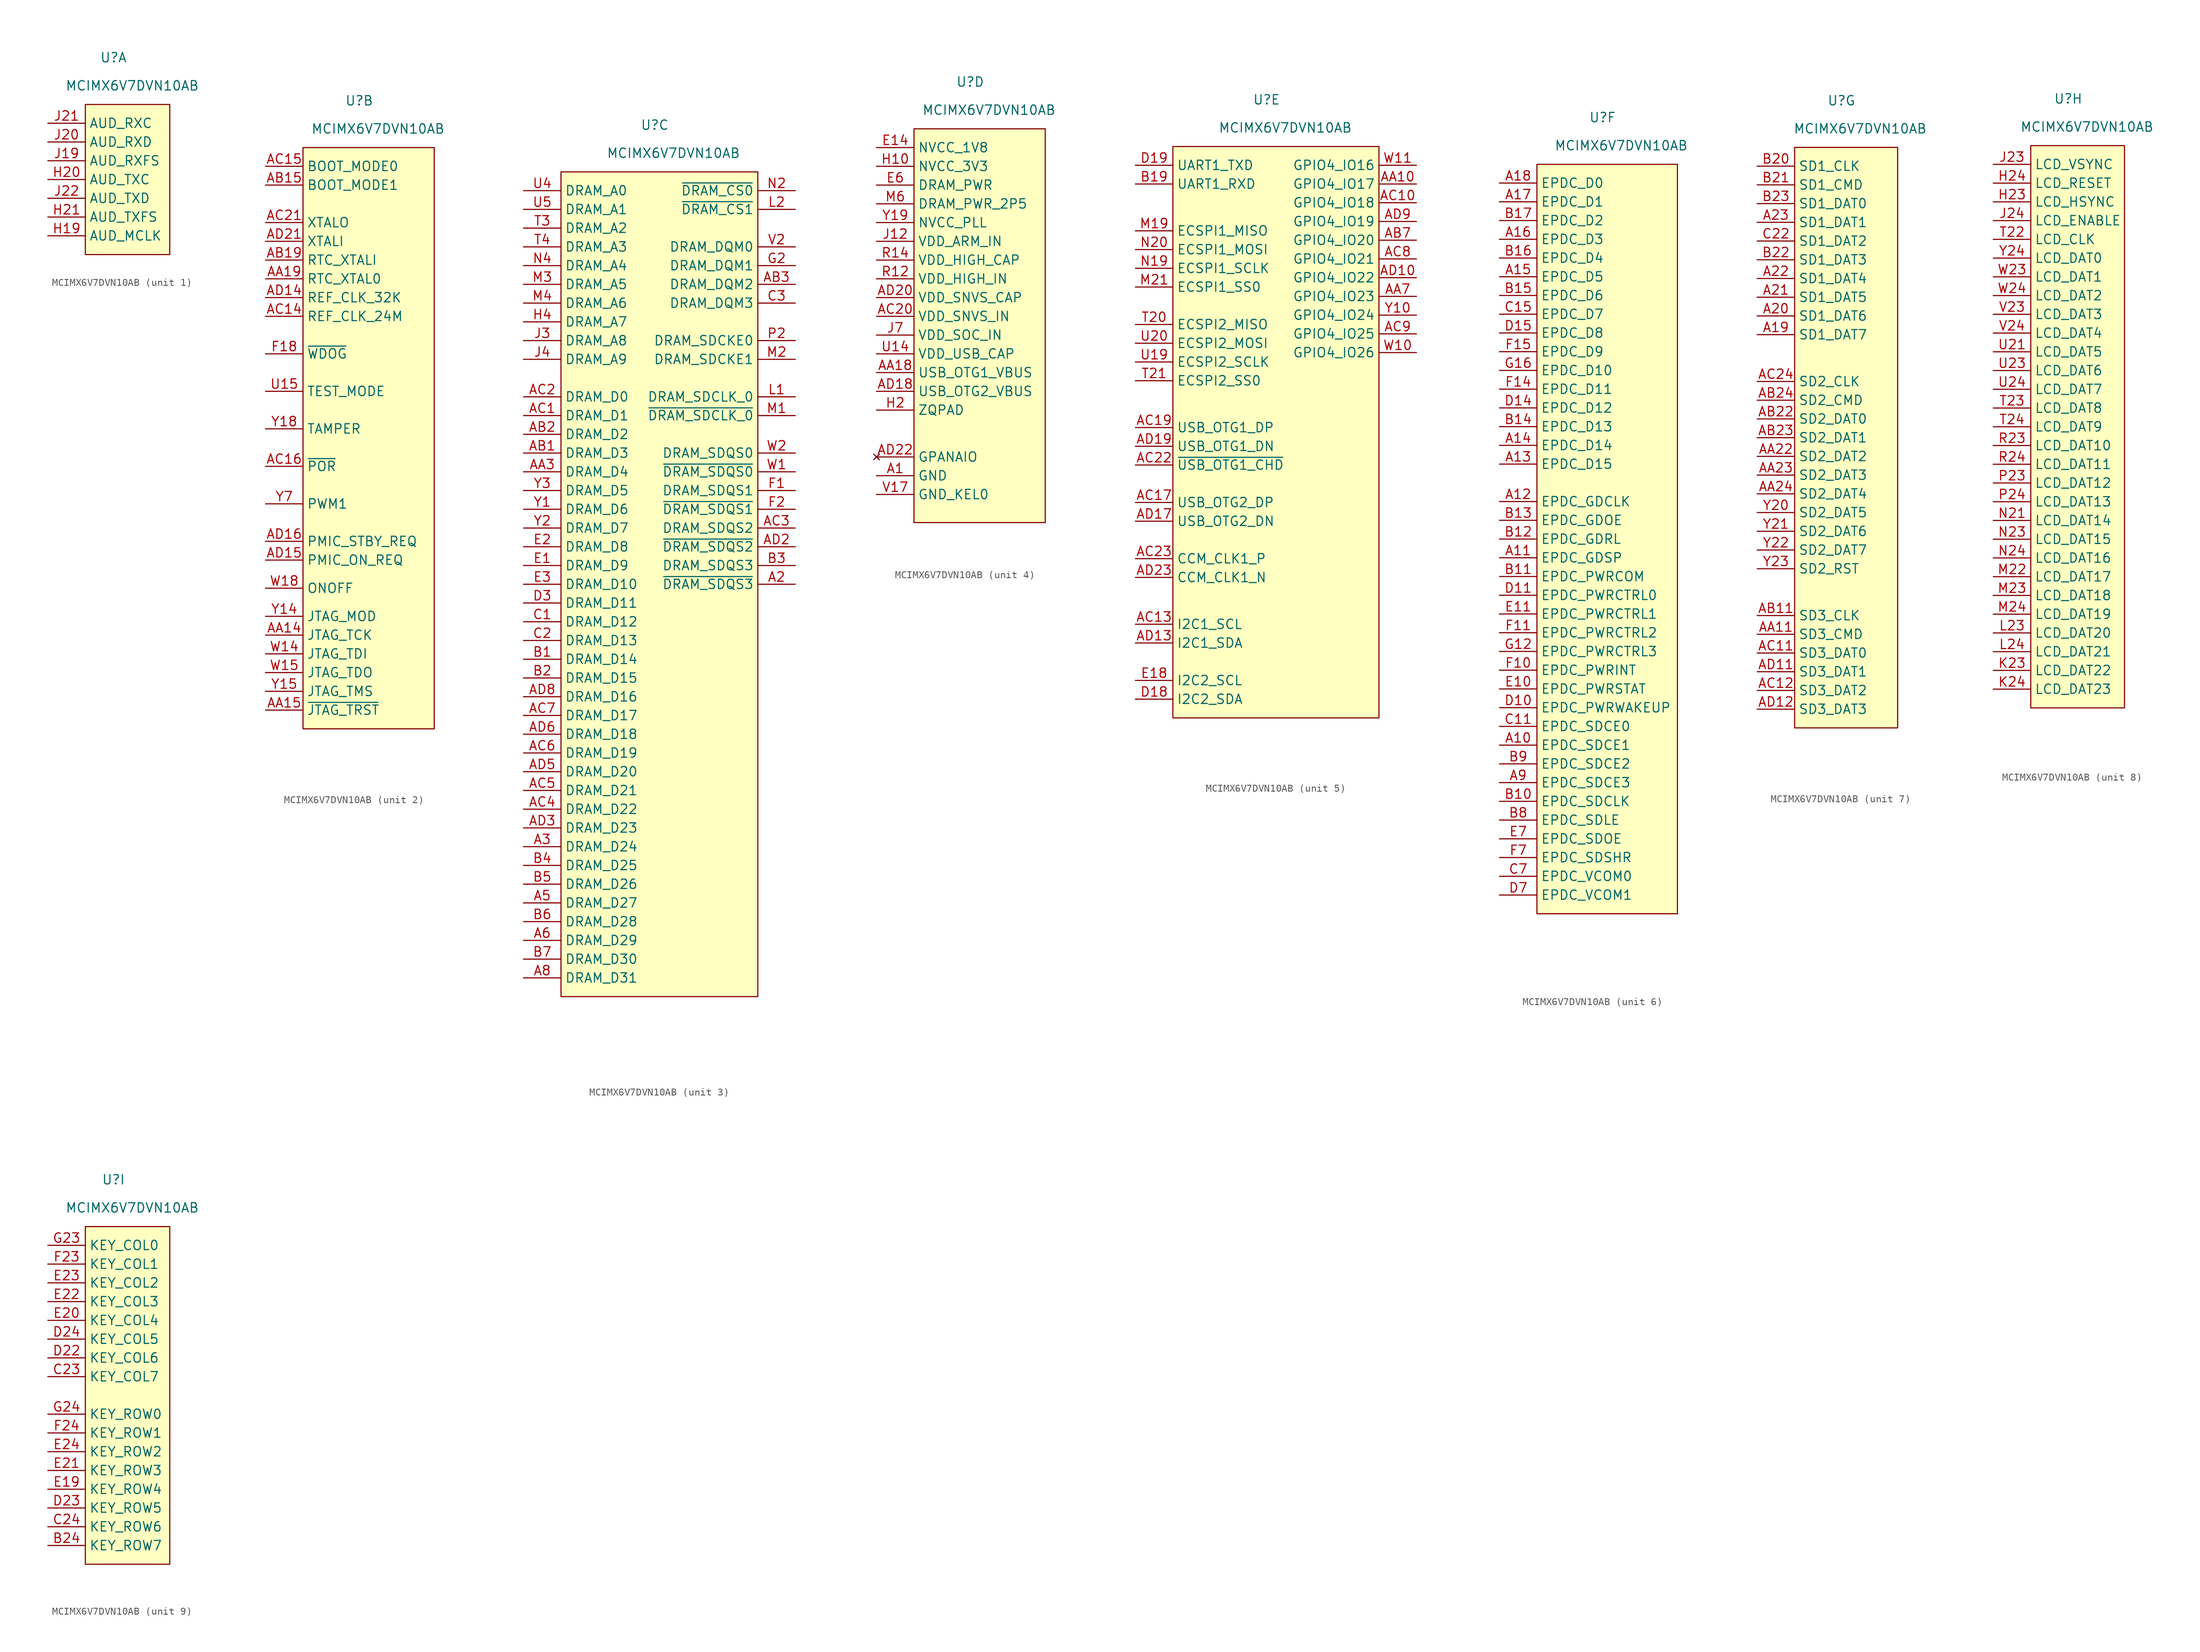
<source format=kicad_sym>
(kicad_symbol_lib
  (version 20220914)
  (generator kicad_symbol_editor)
  (symbol "MCIMX6V7DVN10AB"
    (property "Reference" "U"
      (at -1.27 6.35 0)
      (effects (font (size 1.27 1.27))))
    (property "Value" "MCIMX6V7DVN10AB"
      (at 1.27 2.54 0)
      (effects (font (size 1.27 1.27))))
    (property "ki_locked" ""
      (at 0 0 0)
      (effects (font (size 1.27 1.27))))
    (symbol "MCIMX6V7DVN10AB_1_1"
      (rectangle (start -5.08 0) (end 6.35 -20.32) (stroke (width 0.152) (type default)) (fill (type background)))
      (pin passive line (at -10.16 -17.78 0) (length 5.08) (name "AUD_MCLK" (effects (font (size 1.27 1.27)))) (number "H19" (effects (font (size 1.27 1.27)))))
      (pin passive line (at -10.16 -10.16 0) (length 5.08) (name "AUD_TXC" (effects (font (size 1.27 1.27)))) (number "H20" (effects (font (size 1.27 1.27)))))
      (pin passive line (at -10.16 -15.24 0) (length 5.08) (name "AUD_TXFS" (effects (font (size 1.27 1.27)))) (number "H21" (effects (font (size 1.27 1.27)))))
      (pin passive line (at -10.16 -7.62 0) (length 5.08) (name "AUD_RXFS" (effects (font (size 1.27 1.27)))) (number "J19" (effects (font (size 1.27 1.27)))))
      (pin passive line (at -10.16 -5.08 0) (length 5.08) (name "AUD_RXD" (effects (font (size 1.27 1.27)))) (number "J20" (effects (font (size 1.27 1.27)))))
      (pin passive line (at -10.16 -2.54 0) (length 5.08) (name "AUD_RXC" (effects (font (size 1.27 1.27)))) (number "J21" (effects (font (size 1.27 1.27)))))
      (pin passive line (at -10.16 -12.7 0) (length 5.08) (name "AUD_TXD" (effects (font (size 1.27 1.27)))) (number "J22" (effects (font (size 1.27 1.27))))))
    (symbol "MCIMX6V7DVN10AB_2_1"
      (rectangle (start -8.89 0) (end 8.89 -78.74) (stroke (width 0.152) (type default)) (fill (type background)))
      (pin passive line (at -13.97 -66.04 0) (length 5.08) (name "JTAG_TCK" (effects (font (size 1.27 1.27)))) (number "AA14" (effects (font (size 1.27 1.27)))))
      (pin passive line (at -13.97 -76.2 0) (length 5.08) (name "~{JTAG_TRST}" (effects (font (size 1.27 1.27)))) (number "AA15" (effects (font (size 1.27 1.27)))))
      (pin passive line (at -13.97 -17.78 0) (length 5.08) (name "RTC_XTAL0" (effects (font (size 1.27 1.27)))) (number "AA19" (effects (font (size 1.27 1.27)))))
      (pin passive line (at -13.97 -5.08 0) (length 5.08) (name "BOOT_MODE1" (effects (font (size 1.27 1.27)))) (number "AB15" (effects (font (size 1.27 1.27)))))
      (pin passive line (at -13.97 -15.24 0) (length 5.08) (name "RTC_XTALI" (effects (font (size 1.27 1.27)))) (number "AB19" (effects (font (size 1.27 1.27)))))
      (pin passive line (at -13.97 -22.86 0) (length 5.08) (name "REF_CLK_24M" (effects (font (size 1.27 1.27)))) (number "AC14" (effects (font (size 1.27 1.27)))))
      (pin passive line (at -13.97 -2.54 0) (length 5.08) (name "BOOT_MODE0" (effects (font (size 1.27 1.27)))) (number "AC15" (effects (font (size 1.27 1.27)))))
      (pin passive line (at -13.97 -43.18 0) (length 5.08) (name "~{POR}" (effects (font (size 1.27 1.27)))) (number "AC16" (effects (font (size 1.27 1.27)))))
      (pin passive line (at -13.97 -10.16 0) (length 5.08) (name "XTALO" (effects (font (size 1.27 1.27)))) (number "AC21" (effects (font (size 1.27 1.27)))))
      (pin passive line (at -13.97 -20.32 0) (length 5.08) (name "REF_CLK_32K" (effects (font (size 1.27 1.27)))) (number "AD14" (effects (font (size 1.27 1.27)))))
      (pin passive line (at -13.97 -55.88 0) (length 5.08) (name "PMIC_ON_REQ" (effects (font (size 1.27 1.27)))) (number "AD15" (effects (font (size 1.27 1.27)))))
      (pin passive line (at -13.97 -53.34 0) (length 5.08) (name "PMIC_STBY_REQ" (effects (font (size 1.27 1.27)))) (number "AD16" (effects (font (size 1.27 1.27)))))
      (pin passive line (at -13.97 -12.7 0) (length 5.08) (name "XTALI" (effects (font (size 1.27 1.27)))) (number "AD21" (effects (font (size 1.27 1.27)))))
      (pin passive line (at -13.97 -27.94 0) (length 5.08) (name "~{WDOG}" (effects (font (size 1.27 1.27)))) (number "F18" (effects (font (size 1.27 1.27)))))
      (pin passive line (at -13.97 -33.02 0) (length 5.08) (name "TEST_MODE" (effects (font (size 1.27 1.27)))) (number "U15" (effects (font (size 1.27 1.27)))))
      (pin passive line (at -13.97 -68.58 0) (length 5.08) (name "JTAG_TDI" (effects (font (size 1.27 1.27)))) (number "W14" (effects (font (size 1.27 1.27)))))
      (pin passive line (at -13.97 -71.12 0) (length 5.08) (name "JTAG_TDO" (effects (font (size 1.27 1.27)))) (number "W15" (effects (font (size 1.27 1.27)))))
      (pin passive line (at -13.97 -59.69 0) (length 5.08) (name "ONOFF" (effects (font (size 1.27 1.27)))) (number "W18" (effects (font (size 1.27 1.27)))))
      (pin passive line (at -13.97 -63.5 0) (length 5.08) (name "JTAG_MOD" (effects (font (size 1.27 1.27)))) (number "Y14" (effects (font (size 1.27 1.27)))))
      (pin passive line (at -13.97 -73.66 0) (length 5.08) (name "JTAG_TMS" (effects (font (size 1.27 1.27)))) (number "Y15" (effects (font (size 1.27 1.27)))))
      (pin passive line (at -13.97 -38.1 0) (length 5.08) (name "TAMPER" (effects (font (size 1.27 1.27)))) (number "Y18" (effects (font (size 1.27 1.27)))))
      (pin passive line (at -13.97 -48.26 0) (length 5.08) (name "PWM1" (effects (font (size 1.27 1.27)))) (number "Y7" (effects (font (size 1.27 1.27))))))
    (symbol "MCIMX6V7DVN10AB_3_1"
      (rectangle (start -13.97 0) (end 12.7 -111.76) (stroke (width 0.152) (type default)) (fill (type background)))
      (pin passive line (at 17.78 -55.88 180) (length 5.08) (name "~{DRAM_SDQS3}" (effects (font (size 1.27 1.27)))) (number "A2" (effects (font (size 1.27 1.27)))))
      (pin passive line (at -19.05 -91.44 0) (length 5.08) (name "DRAM_D24" (effects (font (size 1.27 1.27)))) (number "A3" (effects (font (size 1.27 1.27)))))
      (pin passive line (at -19.05 -99.06 0) (length 5.08) (name "DRAM_D27" (effects (font (size 1.27 1.27)))) (number "A5" (effects (font (size 1.27 1.27)))))
      (pin passive line (at -19.05 -104.14 0) (length 5.08) (name "DRAM_D29" (effects (font (size 1.27 1.27)))) (number "A6" (effects (font (size 1.27 1.27)))))
      (pin passive line (at -19.05 -109.22 0) (length 5.08) (name "DRAM_D31" (effects (font (size 1.27 1.27)))) (number "A8" (effects (font (size 1.27 1.27)))))
      (pin passive line (at -19.05 -40.64 0) (length 5.08) (name "DRAM_D4" (effects (font (size 1.27 1.27)))) (number "AA3" (effects (font (size 1.27 1.27)))))
      (pin passive line (at -19.05 -38.1 0) (length 5.08) (name "DRAM_D3" (effects (font (size 1.27 1.27)))) (number "AB1" (effects (font (size 1.27 1.27)))))
      (pin passive line (at -19.05 -35.56 0) (length 5.08) (name "DRAM_D2" (effects (font (size 1.27 1.27)))) (number "AB2" (effects (font (size 1.27 1.27)))))
      (pin passive line (at 17.78 -15.24 180) (length 5.08) (name "DRAM_DQM2" (effects (font (size 1.27 1.27)))) (number "AB3" (effects (font (size 1.27 1.27)))))
      (pin passive line (at -19.05 -33.02 0) (length 5.08) (name "DRAM_D1" (effects (font (size 1.27 1.27)))) (number "AC1" (effects (font (size 1.27 1.27)))))
      (pin passive line (at -19.05 -30.48 0) (length 5.08) (name "DRAM_D0" (effects (font (size 1.27 1.27)))) (number "AC2" (effects (font (size 1.27 1.27)))))
      (pin passive line (at 17.78 -48.26 180) (length 5.08) (name "DRAM_SDQS2" (effects (font (size 1.27 1.27)))) (number "AC3" (effects (font (size 1.27 1.27)))))
      (pin passive line (at -19.05 -86.36 0) (length 5.08) (name "DRAM_D22" (effects (font (size 1.27 1.27)))) (number "AC4" (effects (font (size 1.27 1.27)))))
      (pin passive line (at -19.05 -83.82 0) (length 5.08) (name "DRAM_D21" (effects (font (size 1.27 1.27)))) (number "AC5" (effects (font (size 1.27 1.27)))))
      (pin passive line (at -19.05 -78.74 0) (length 5.08) (name "DRAM_D19" (effects (font (size 1.27 1.27)))) (number "AC6" (effects (font (size 1.27 1.27)))))
      (pin passive line (at -19.05 -73.66 0) (length 5.08) (name "DRAM_D17" (effects (font (size 1.27 1.27)))) (number "AC7" (effects (font (size 1.27 1.27)))))
      (pin passive line (at 17.78 -50.8 180) (length 5.08) (name "~{DRAM_SDQS2}" (effects (font (size 1.27 1.27)))) (number "AD2" (effects (font (size 1.27 1.27)))))
      (pin passive line (at -19.05 -88.9 0) (length 5.08) (name "DRAM_D23" (effects (font (size 1.27 1.27)))) (number "AD3" (effects (font (size 1.27 1.27)))))
      (pin passive line (at -19.05 -81.28 0) (length 5.08) (name "DRAM_D20" (effects (font (size 1.27 1.27)))) (number "AD5" (effects (font (size 1.27 1.27)))))
      (pin passive line (at -19.05 -76.2 0) (length 5.08) (name "DRAM_D18" (effects (font (size 1.27 1.27)))) (number "AD6" (effects (font (size 1.27 1.27)))))
      (pin passive line (at -19.05 -71.12 0) (length 5.08) (name "DRAM_D16" (effects (font (size 1.27 1.27)))) (number "AD8" (effects (font (size 1.27 1.27)))))
      (pin passive line (at -19.05 -66.04 0) (length 5.08) (name "DRAM_D14" (effects (font (size 1.27 1.27)))) (number "B1" (effects (font (size 1.27 1.27)))))
      (pin passive line (at -19.05 -68.58 0) (length 5.08) (name "DRAM_D15" (effects (font (size 1.27 1.27)))) (number "B2" (effects (font (size 1.27 1.27)))))
      (pin passive line (at 17.78 -53.34 180) (length 5.08) (name "DRAM_SDQS3" (effects (font (size 1.27 1.27)))) (number "B3" (effects (font (size 1.27 1.27)))))
      (pin passive line (at -19.05 -93.98 0) (length 5.08) (name "DRAM_D25" (effects (font (size 1.27 1.27)))) (number "B4" (effects (font (size 1.27 1.27)))))
      (pin passive line (at -19.05 -96.52 0) (length 5.08) (name "DRAM_D26" (effects (font (size 1.27 1.27)))) (number "B5" (effects (font (size 1.27 1.27)))))
      (pin passive line (at -19.05 -101.6 0) (length 5.08) (name "DRAM_D28" (effects (font (size 1.27 1.27)))) (number "B6" (effects (font (size 1.27 1.27)))))
      (pin passive line (at -19.05 -106.68 0) (length 5.08) (name "DRAM_D30" (effects (font (size 1.27 1.27)))) (number "B7" (effects (font (size 1.27 1.27)))))
      (pin passive line (at -19.05 -60.96 0) (length 5.08) (name "DRAM_D12" (effects (font (size 1.27 1.27)))) (number "C1" (effects (font (size 1.27 1.27)))))
      (pin passive line (at -19.05 -63.5 0) (length 5.08) (name "DRAM_D13" (effects (font (size 1.27 1.27)))) (number "C2" (effects (font (size 1.27 1.27)))))
      (pin passive line (at 17.78 -17.78 180) (length 5.08) (name "DRAM_DQM3" (effects (font (size 1.27 1.27)))) (number "C3" (effects (font (size 1.27 1.27)))))
      (pin passive line (at -19.05 -58.42 0) (length 5.08) (name "DRAM_D11" (effects (font (size 1.27 1.27)))) (number "D3" (effects (font (size 1.27 1.27)))))
      (pin passive line (at -19.05 -53.34 0) (length 5.08) (name "DRAM_D9" (effects (font (size 1.27 1.27)))) (number "E1" (effects (font (size 1.27 1.27)))))
      (pin passive line (at -19.05 -50.8 0) (length 5.08) (name "DRAM_D8" (effects (font (size 1.27 1.27)))) (number "E2" (effects (font (size 1.27 1.27)))))
      (pin passive line (at -19.05 -55.88 0) (length 5.08) (name "DRAM_D10" (effects (font (size 1.27 1.27)))) (number "E3" (effects (font (size 1.27 1.27)))))
      (pin passive line (at 17.78 -43.18 180) (length 5.08) (name "DRAM_SDQS1" (effects (font (size 1.27 1.27)))) (number "F1" (effects (font (size 1.27 1.27)))))
      (pin passive line (at 17.78 -45.72 180) (length 5.08) (name "~{DRAM_SDQS1}" (effects (font (size 1.27 1.27)))) (number "F2" (effects (font (size 1.27 1.27)))))
      (pin passive line (at 17.78 -12.7 180) (length 5.08) (name "DRAM_DQM1" (effects (font (size 1.27 1.27)))) (number "G2" (effects (font (size 1.27 1.27)))))
      (pin passive line (at -19.05 -20.32 0) (length 5.08) (name "DRAM_A7" (effects (font (size 1.27 1.27)))) (number "H4" (effects (font (size 1.27 1.27)))))
      (pin passive line (at -19.05 -22.86 0) (length 5.08) (name "DRAM_A8" (effects (font (size 1.27 1.27)))) (number "J3" (effects (font (size 1.27 1.27)))))
      (pin passive line (at -19.05 -25.4 0) (length 5.08) (name "DRAM_A9" (effects (font (size 1.27 1.27)))) (number "J4" (effects (font (size 1.27 1.27)))))
      (pin passive line (at 17.78 -30.48 180) (length 5.08) (name "DRAM_SDCLK_0" (effects (font (size 1.27 1.27)))) (number "L1" (effects (font (size 1.27 1.27)))))
      (pin passive line (at 17.78 -5.08 180) (length 5.08) (name "~{DRAM_CS1}" (effects (font (size 1.27 1.27)))) (number "L2" (effects (font (size 1.27 1.27)))))
      (pin passive line (at 17.78 -33.02 180) (length 5.08) (name "~{DRAM_SDCLK_0}" (effects (font (size 1.27 1.27)))) (number "M1" (effects (font (size 1.27 1.27)))))
      (pin passive line (at 17.78 -25.4 180) (length 5.08) (name "DRAM_SDCKE1" (effects (font (size 1.27 1.27)))) (number "M2" (effects (font (size 1.27 1.27)))))
      (pin passive line (at -19.05 -15.24 0) (length 5.08) (name "DRAM_A5" (effects (font (size 1.27 1.27)))) (number "M3" (effects (font (size 1.27 1.27)))))
      (pin passive line (at -19.05 -17.78 0) (length 5.08) (name "DRAM_A6" (effects (font (size 1.27 1.27)))) (number "M4" (effects (font (size 1.27 1.27)))))
      (pin passive line (at 17.78 -2.54 180) (length 5.08) (name "~{DRAM_CS0}" (effects (font (size 1.27 1.27)))) (number "N2" (effects (font (size 1.27 1.27)))))
      (pin passive line (at -19.05 -12.7 0) (length 5.08) (name "DRAM_A4" (effects (font (size 1.27 1.27)))) (number "N4" (effects (font (size 1.27 1.27)))))
      (pin passive line (at 17.78 -22.86 180) (length 5.08) (name "DRAM_SDCKE0" (effects (font (size 1.27 1.27)))) (number "P2" (effects (font (size 1.27 1.27)))))
      (pin passive line (at -19.05 -7.62 0) (length 5.08) (name "DRAM_A2" (effects (font (size 1.27 1.27)))) (number "T3" (effects (font (size 1.27 1.27)))))
      (pin passive line (at -19.05 -10.16 0) (length 5.08) (name "DRAM_A3" (effects (font (size 1.27 1.27)))) (number "T4" (effects (font (size 1.27 1.27)))))
      (pin passive line (at -19.05 -2.54 0) (length 5.08) (name "DRAM_A0" (effects (font (size 1.27 1.27)))) (number "U4" (effects (font (size 1.27 1.27)))))
      (pin passive line (at -19.05 -5.08 0) (length 5.08) (name "DRAM_A1" (effects (font (size 1.27 1.27)))) (number "U5" (effects (font (size 1.27 1.27)))))
      (pin passive line (at 17.78 -10.16 180) (length 5.08) (name "DRAM_DQM0" (effects (font (size 1.27 1.27)))) (number "V2" (effects (font (size 1.27 1.27)))))
      (pin passive line (at 17.78 -40.64 180) (length 5.08) (name "~{DRAM_SDQS0}" (effects (font (size 1.27 1.27)))) (number "W1" (effects (font (size 1.27 1.27)))))
      (pin passive line (at 17.78 -38.1 180) (length 5.08) (name "DRAM_SDQS0" (effects (font (size 1.27 1.27)))) (number "W2" (effects (font (size 1.27 1.27)))))
      (pin passive line (at -19.05 -45.72 0) (length 5.08) (name "DRAM_D6" (effects (font (size 1.27 1.27)))) (number "Y1" (effects (font (size 1.27 1.27)))))
      (pin passive line (at -19.05 -48.26 0) (length 5.08) (name "DRAM_D7" (effects (font (size 1.27 1.27)))) (number "Y2" (effects (font (size 1.27 1.27)))))
      (pin passive line (at -19.05 -43.18 0) (length 5.08) (name "DRAM_D5" (effects (font (size 1.27 1.27)))) (number "Y3" (effects (font (size 1.27 1.27))))))
    (symbol "MCIMX6V7DVN10AB_4_1"
      (rectangle (start -8.89 0) (end 8.89 -53.34) (stroke (width 0.152) (type default)) (fill (type background)))
      (pin power_in line (at -13.97 -46.99 0) (length 5.08) (name "GND" (effects (font (size 1.27 1.27)))) (number "A1" (effects (font (size 1.27 1.27)))))
      (pin power_in line (at -13.97 -46.99 0) (length 5.08) hide (name "GND" (effects (font (size 1.27 1.27)))) (number "A24" (effects (font (size 1.27 1.27)))))
      (pin power_in line (at -13.97 -46.99 0) (length 5.08) hide (name "GND" (effects (font (size 1.27 1.27)))) (number "A4" (effects (font (size 1.27 1.27)))))
      (pin power_in line (at -13.97 -46.99 0) (length 5.08) hide (name "GND" (effects (font (size 1.27 1.27)))) (number "A7" (effects (font (size 1.27 1.27)))))
      (pin power_in line (at -13.97 -46.99 0) (length 5.08) hide (name "GND" (effects (font (size 1.27 1.27)))) (number "AA1" (effects (font (size 1.27 1.27)))))
      (pin power_in line (at -13.97 -33.02 0) (length 5.08) (name "USB_OTG1_VBUS" (effects (font (size 1.27 1.27)))) (number "AA18" (effects (font (size 1.27 1.27)))))
      (pin power_in line (at -13.97 -46.99 0) (length 5.08) hide (name "GND" (effects (font (size 1.27 1.27)))) (number "AA2" (effects (font (size 1.27 1.27)))))
      (pin power_in line (at -13.97 -46.99 0) (length 5.08) hide (name "GND" (effects (font (size 1.27 1.27)))) (number "AB10" (effects (font (size 1.27 1.27)))))
      (pin power_in line (at -13.97 -46.99 0) (length 5.08) hide (name "GND" (effects (font (size 1.27 1.27)))) (number "AB14" (effects (font (size 1.27 1.27)))))
      (pin power_in line (at -13.97 -46.99 0) (length 5.08) hide (name "GND" (effects (font (size 1.27 1.27)))) (number "AB18" (effects (font (size 1.27 1.27)))))
      (pin power_in line (at -13.97 -46.99 0) (length 5.08) hide (name "GND" (effects (font (size 1.27 1.27)))) (number "AC18" (effects (font (size 1.27 1.27)))))
      (pin power_in line (at -13.97 -25.4 0) (length 5.08) (name "VDD_SNVS_IN" (effects (font (size 1.27 1.27)))) (number "AC20" (effects (font (size 1.27 1.27)))))
      (pin power_in line (at -13.97 -46.99 0) (length 5.08) hide (name "GND" (effects (font (size 1.27 1.27)))) (number "AD1" (effects (font (size 1.27 1.27)))))
      (pin power_in line (at -13.97 -35.56 0) (length 5.08) (name "USB_OTG2_VBUS" (effects (font (size 1.27 1.27)))) (number "AD18" (effects (font (size 1.27 1.27)))))
      (pin power_in line (at -13.97 -22.86 0) (length 5.08) (name "VDD_SNVS_CAP" (effects (font (size 1.27 1.27)))) (number "AD20" (effects (font (size 1.27 1.27)))))
      (pin no_connect line (at -13.97 -44.45 0) (length 5.08) (name "GPANAIO" (effects (font (size 1.27 1.27)))) (number "AD22" (effects (font (size 1.27 1.27)))))
      (pin power_in line (at -13.97 -46.99 0) (length 5.08) hide (name "GND" (effects (font (size 1.27 1.27)))) (number "AD24" (effects (font (size 1.27 1.27)))))
      (pin power_in line (at -13.97 -46.99 0) (length 5.08) hide (name "GND" (effects (font (size 1.27 1.27)))) (number "AD4" (effects (font (size 1.27 1.27)))))
      (pin power_in line (at -13.97 -46.99 0) (length 5.08) hide (name "GND" (effects (font (size 1.27 1.27)))) (number "AD7" (effects (font (size 1.27 1.27)))))
      (pin power_in line (at -13.97 -46.99 0) (length 5.08) hide (name "GND" (effects (font (size 1.27 1.27)))) (number "C10" (effects (font (size 1.27 1.27)))))
      (pin power_in line (at -13.97 -46.99 0) (length 5.08) hide (name "GND" (effects (font (size 1.27 1.27)))) (number "C14" (effects (font (size 1.27 1.27)))))
      (pin power_in line (at -13.97 -46.99 0) (length 5.08) hide (name "GND" (effects (font (size 1.27 1.27)))) (number "C19" (effects (font (size 1.27 1.27)))))
      (pin power_in line (at -13.97 -46.99 0) (length 5.08) hide (name "GND" (effects (font (size 1.27 1.27)))) (number "C6" (effects (font (size 1.27 1.27)))))
      (pin power_in line (at -13.97 -46.99 0) (length 5.08) hide (name "GND" (effects (font (size 1.27 1.27)))) (number "D1" (effects (font (size 1.27 1.27)))))
      (pin power_in line (at -13.97 -46.99 0) (length 5.08) hide (name "GND" (effects (font (size 1.27 1.27)))) (number "D2" (effects (font (size 1.27 1.27)))))
      (pin power_in line (at -13.97 -2.54 0) (length 5.08) (name "NVCC_1V8" (effects (font (size 1.27 1.27)))) (number "E14" (effects (font (size 1.27 1.27)))))
      (pin power_in line (at -13.97 -2.54 0) (length 5.08) hide (name "NVCC_1V8" (effects (font (size 1.27 1.27)))) (number "E15" (effects (font (size 1.27 1.27)))))
      (pin power_in line (at -13.97 -46.99 0) (length 5.08) hide (name "GND" (effects (font (size 1.27 1.27)))) (number "E5" (effects (font (size 1.27 1.27)))))
      (pin power_in line (at -13.97 -7.62 0) (length 5.08) (name "DRAM_PWR" (effects (font (size 1.27 1.27)))) (number "E6" (effects (font (size 1.27 1.27)))))
      (pin power_in line (at -13.97 -46.99 0) (length 5.08) hide (name "GND" (effects (font (size 1.27 1.27)))) (number "G1" (effects (font (size 1.27 1.27)))))
      (pin power_in line (at -13.97 -46.99 0) (length 5.08) hide (name "GND" (effects (font (size 1.27 1.27)))) (number "G10" (effects (font (size 1.27 1.27)))))
      (pin power_in line (at -13.97 -46.99 0) (length 5.08) hide (name "GND" (effects (font (size 1.27 1.27)))) (number "G11" (effects (font (size 1.27 1.27)))))
      (pin power_in line (at -13.97 -46.99 0) (length 5.08) hide (name "GND" (effects (font (size 1.27 1.27)))) (number "G13" (effects (font (size 1.27 1.27)))))
      (pin power_in line (at -13.97 -46.99 0) (length 5.08) hide (name "GND" (effects (font (size 1.27 1.27)))) (number "G14" (effects (font (size 1.27 1.27)))))
      (pin power_in line (at -13.97 -46.99 0) (length 5.08) hide (name "GND" (effects (font (size 1.27 1.27)))) (number "G15" (effects (font (size 1.27 1.27)))))
      (pin power_in line (at -13.97 -46.99 0) (length 5.08) hide (name "GND" (effects (font (size 1.27 1.27)))) (number "G17" (effects (font (size 1.27 1.27)))))
      (pin power_in line (at -13.97 -46.99 0) (length 5.08) hide (name "GND" (effects (font (size 1.27 1.27)))) (number "G18" (effects (font (size 1.27 1.27)))))
      (pin power_in line (at -13.97 -7.62 0) (length 5.08) hide (name "DRAM_PWR" (effects (font (size 1.27 1.27)))) (number "G7" (effects (font (size 1.27 1.27)))))
      (pin power_in line (at -13.97 -46.99 0) (length 5.08) hide (name "GND" (effects (font (size 1.27 1.27)))) (number "G8" (effects (font (size 1.27 1.27)))))
      (pin power_in line (at -13.97 -46.99 0) (length 5.08) hide (name "GND" (effects (font (size 1.27 1.27)))) (number "G9" (effects (font (size 1.27 1.27)))))
      (pin power_in line (at -13.97 -5.08 0) (length 5.08) (name "NVCC_3V3" (effects (font (size 1.27 1.27)))) (number "H10" (effects (font (size 1.27 1.27)))))
      (pin power_in line (at -13.97 -5.08 0) (length 5.08) hide (name "NVCC_3V3" (effects (font (size 1.27 1.27)))) (number "H11" (effects (font (size 1.27 1.27)))))
      (pin power_in line (at -13.97 -5.08 0) (length 5.08) hide (name "NVCC_3V3" (effects (font (size 1.27 1.27)))) (number "H14" (effects (font (size 1.27 1.27)))))
      (pin power_in line (at -13.97 -5.08 0) (length 5.08) hide (name "NVCC_3V3" (effects (font (size 1.27 1.27)))) (number "H15" (effects (font (size 1.27 1.27)))))
      (pin power_in line (at -13.97 -46.99 0) (length 5.08) hide (name "GND" (effects (font (size 1.27 1.27)))) (number "H18" (effects (font (size 1.27 1.27)))))
      (pin power_in line (at -13.97 -38.1 0) (length 5.08) (name "ZQPAD" (effects (font (size 1.27 1.27)))) (number "H2" (effects (font (size 1.27 1.27)))))
      (pin power_in line (at -13.97 -46.99 0) (length 5.08) hide (name "GND" (effects (font (size 1.27 1.27)))) (number "H22" (effects (font (size 1.27 1.27)))))
      (pin power_in line (at -13.97 -46.99 0) (length 5.08) hide (name "GND" (effects (font (size 1.27 1.27)))) (number "H3" (effects (font (size 1.27 1.27)))))
      (pin power_in line (at -13.97 -7.62 0) (length 5.08) hide (name "DRAM_PWR" (effects (font (size 1.27 1.27)))) (number "H6" (effects (font (size 1.27 1.27)))))
      (pin power_in line (at -13.97 -46.99 0) (length 5.08) hide (name "GND" (effects (font (size 1.27 1.27)))) (number "H7" (effects (font (size 1.27 1.27)))))
      (pin power_in line (at -13.97 -27.94 0) (length 5.08) hide (name "VDD_SOC_IN" (effects (font (size 1.27 1.27)))) (number "J10" (effects (font (size 1.27 1.27)))))
      (pin power_in line (at -13.97 -15.24 0) (length 5.08) (name "VDD_ARM_IN" (effects (font (size 1.27 1.27)))) (number "J12" (effects (font (size 1.27 1.27)))))
      (pin power_in line (at -13.97 -15.24 0) (length 5.08) hide (name "VDD_ARM_IN" (effects (font (size 1.27 1.27)))) (number "J13" (effects (font (size 1.27 1.27)))))
      (pin power_in line (at -13.97 -15.24 0) (length 5.08) hide (name "VDD_ARM_IN" (effects (font (size 1.27 1.27)))) (number "J14" (effects (font (size 1.27 1.27)))))
      (pin power_in line (at -13.97 -15.24 0) (length 5.08) hide (name "VDD_ARM_IN" (effects (font (size 1.27 1.27)))) (number "J15" (effects (font (size 1.27 1.27)))))
      (pin power_in line (at -13.97 -15.24 0) (length 5.08) hide (name "VDD_ARM_IN" (effects (font (size 1.27 1.27)))) (number "J16" (effects (font (size 1.27 1.27)))))
      (pin power_in line (at -13.97 -15.24 0) (length 5.08) hide (name "VDD_ARM_IN" (effects (font (size 1.27 1.27)))) (number "J17" (effects (font (size 1.27 1.27)))))
      (pin power_in line (at -13.97 -15.24 0) (length 5.08) hide (name "VDD_ARM_IN" (effects (font (size 1.27 1.27)))) (number "J18" (effects (font (size 1.27 1.27)))))
      (pin power_in line (at -13.97 -46.99 0) (length 5.08) hide (name "GND" (effects (font (size 1.27 1.27)))) (number "J5" (effects (font (size 1.27 1.27)))))
      (pin power_in line (at -13.97 -7.62 0) (length 5.08) hide (name "DRAM_PWR" (effects (font (size 1.27 1.27)))) (number "J6" (effects (font (size 1.27 1.27)))))
      (pin power_in line (at -13.97 -27.94 0) (length 5.08) (name "VDD_SOC_IN" (effects (font (size 1.27 1.27)))) (number "J7" (effects (font (size 1.27 1.27)))))
      (pin power_in line (at -13.97 -27.94 0) (length 5.08) hide (name "VDD_SOC_IN" (effects (font (size 1.27 1.27)))) (number "J8" (effects (font (size 1.27 1.27)))))
      (pin power_in line (at -13.97 -27.94 0) (length 5.08) hide (name "VDD_SOC_IN" (effects (font (size 1.27 1.27)))) (number "J9" (effects (font (size 1.27 1.27)))))
      (pin power_in line (at -13.97 -46.99 0) (length 5.08) hide (name "GND" (effects (font (size 1.27 1.27)))) (number "K1" (effects (font (size 1.27 1.27)))))
      (pin power_in line (at -13.97 -27.94 0) (length 5.08) hide (name "VDD_SOC_IN" (effects (font (size 1.27 1.27)))) (number "K10" (effects (font (size 1.27 1.27)))))
      (pin power_in line (at -13.97 -27.94 0) (length 5.08) hide (name "VDD_SOC_IN" (effects (font (size 1.27 1.27)))) (number "K11" (effects (font (size 1.27 1.27)))))
      (pin power_in line (at -13.97 -15.24 0) (length 5.08) hide (name "VDD_ARM_IN" (effects (font (size 1.27 1.27)))) (number "K12" (effects (font (size 1.27 1.27)))))
      (pin power_in line (at -13.97 -15.24 0) (length 5.08) hide (name "VDD_ARM_IN" (effects (font (size 1.27 1.27)))) (number "K13" (effects (font (size 1.27 1.27)))))
      (pin power_in line (at -13.97 -15.24 0) (length 5.08) hide (name "VDD_ARM_IN" (effects (font (size 1.27 1.27)))) (number "K14" (effects (font (size 1.27 1.27)))))
      (pin power_in line (at -13.97 -15.24 0) (length 5.08) hide (name "VDD_ARM_IN" (effects (font (size 1.27 1.27)))) (number "K15" (effects (font (size 1.27 1.27)))))
      (pin power_in line (at -13.97 -15.24 0) (length 5.08) hide (name "VDD_ARM_IN" (effects (font (size 1.27 1.27)))) (number "K16" (effects (font (size 1.27 1.27)))))
      (pin power_in line (at -13.97 -15.24 0) (length 5.08) hide (name "VDD_ARM_IN" (effects (font (size 1.27 1.27)))) (number "K17" (effects (font (size 1.27 1.27)))))
      (pin power_in line (at -13.97 -15.24 0) (length 5.08) hide (name "VDD_ARM_IN" (effects (font (size 1.27 1.27)))) (number "K18" (effects (font (size 1.27 1.27)))))
      (pin power_in line (at -13.97 -27.94 0) (length 5.08) hide (name "VDD_SOC_IN" (effects (font (size 1.27 1.27)))) (number "K7" (effects (font (size 1.27 1.27)))))
      (pin power_in line (at -13.97 -27.94 0) (length 5.08) hide (name "VDD_SOC_IN" (effects (font (size 1.27 1.27)))) (number "K8" (effects (font (size 1.27 1.27)))))
      (pin power_in line (at -13.97 -27.94 0) (length 5.08) hide (name "VDD_SOC_IN" (effects (font (size 1.27 1.27)))) (number "K9" (effects (font (size 1.27 1.27)))))
      (pin power_in line (at -13.97 -46.99 0) (length 5.08) hide (name "GND" (effects (font (size 1.27 1.27)))) (number "L10" (effects (font (size 1.27 1.27)))))
      (pin power_in line (at -13.97 -46.99 0) (length 5.08) hide (name "GND" (effects (font (size 1.27 1.27)))) (number "L11" (effects (font (size 1.27 1.27)))))
      (pin power_in line (at -13.97 -46.99 0) (length 5.08) hide (name "GND" (effects (font (size 1.27 1.27)))) (number "L12" (effects (font (size 1.27 1.27)))))
      (pin power_in line (at -13.97 -46.99 0) (length 5.08) hide (name "GND" (effects (font (size 1.27 1.27)))) (number "L13" (effects (font (size 1.27 1.27)))))
      (pin power_in line (at -13.97 -46.99 0) (length 5.08) hide (name "GND" (effects (font (size 1.27 1.27)))) (number "L14" (effects (font (size 1.27 1.27)))))
      (pin power_in line (at -13.97 -46.99 0) (length 5.08) hide (name "GND" (effects (font (size 1.27 1.27)))) (number "L15" (effects (font (size 1.27 1.27)))))
      (pin power_in line (at -13.97 -46.99 0) (length 5.08) hide (name "GND" (effects (font (size 1.27 1.27)))) (number "L16" (effects (font (size 1.27 1.27)))))
      (pin power_in line (at -13.97 -5.08 0) (length 5.08) hide (name "NVCC_3V3" (effects (font (size 1.27 1.27)))) (number "L18" (effects (font (size 1.27 1.27)))))
      (pin power_in line (at -13.97 -46.99 0) (length 5.08) hide (name "GND" (effects (font (size 1.27 1.27)))) (number "L7" (effects (font (size 1.27 1.27)))))
      (pin power_in line (at -13.97 -46.99 0) (length 5.08) hide (name "GND" (effects (font (size 1.27 1.27)))) (number "L9" (effects (font (size 1.27 1.27)))))
      (pin power_in line (at -13.97 -46.99 0) (length 5.08) hide (name "GND" (effects (font (size 1.27 1.27)))) (number "M10" (effects (font (size 1.27 1.27)))))
      (pin power_in line (at -13.97 -46.99 0) (length 5.08) hide (name "GND" (effects (font (size 1.27 1.27)))) (number "M11" (effects (font (size 1.27 1.27)))))
      (pin power_in line (at -13.97 -46.99 0) (length 5.08) hide (name "GND" (effects (font (size 1.27 1.27)))) (number "M12" (effects (font (size 1.27 1.27)))))
      (pin power_in line (at -13.97 -46.99 0) (length 5.08) hide (name "GND" (effects (font (size 1.27 1.27)))) (number "M13" (effects (font (size 1.27 1.27)))))
      (pin power_in line (at -13.97 -46.99 0) (length 5.08) hide (name "GND" (effects (font (size 1.27 1.27)))) (number "M14" (effects (font (size 1.27 1.27)))))
      (pin power_in line (at -13.97 -46.99 0) (length 5.08) hide (name "GND" (effects (font (size 1.27 1.27)))) (number "M15" (effects (font (size 1.27 1.27)))))
      (pin power_in line (at -13.97 -46.99 0) (length 5.08) hide (name "GND" (effects (font (size 1.27 1.27)))) (number "M16" (effects (font (size 1.27 1.27)))))
      (pin power_in line (at -13.97 -46.99 0) (length 5.08) hide (name "GND" (effects (font (size 1.27 1.27)))) (number "M17" (effects (font (size 1.27 1.27)))))
      (pin power_in line (at -13.97 -5.08 0) (length 5.08) hide (name "NVCC_3V3" (effects (font (size 1.27 1.27)))) (number "M18" (effects (font (size 1.27 1.27)))))
      (pin power_in line (at -13.97 -2.54 0) (length 5.08) hide (name "NVCC_1V8" (effects (font (size 1.27 1.27)))) (number "M20" (effects (font (size 1.27 1.27)))))
      (pin power_in line (at -13.97 -46.99 0) (length 5.08) hide (name "GND" (effects (font (size 1.27 1.27)))) (number "M5" (effects (font (size 1.27 1.27)))))
      (pin power_in line (at -13.97 -10.16 0) (length 5.08) (name "DRAM_PWR_2P5" (effects (font (size 1.27 1.27)))) (number "M6" (effects (font (size 1.27 1.27)))))
      (pin power_in line (at -13.97 -46.99 0) (length 5.08) hide (name "GND" (effects (font (size 1.27 1.27)))) (number "M7" (effects (font (size 1.27 1.27)))))
      (pin power_in line (at -13.97 -46.99 0) (length 5.08) hide (name "GND" (effects (font (size 1.27 1.27)))) (number "M8" (effects (font (size 1.27 1.27)))))
      (pin power_in line (at -13.97 -46.99 0) (length 5.08) hide (name "GND" (effects (font (size 1.27 1.27)))) (number "M9" (effects (font (size 1.27 1.27)))))
      (pin power_in line (at -13.97 -46.99 0) (length 5.08) hide (name "GND" (effects (font (size 1.27 1.27)))) (number "N10" (effects (font (size 1.27 1.27)))))
      (pin power_in line (at -13.97 -46.99 0) (length 5.08) hide (name "GND" (effects (font (size 1.27 1.27)))) (number "N11" (effects (font (size 1.27 1.27)))))
      (pin power_in line (at -13.97 -46.99 0) (length 5.08) hide (name "GND" (effects (font (size 1.27 1.27)))) (number "N12" (effects (font (size 1.27 1.27)))))
      (pin power_in line (at -13.97 -46.99 0) (length 5.08) hide (name "GND" (effects (font (size 1.27 1.27)))) (number "N13" (effects (font (size 1.27 1.27)))))
      (pin power_in line (at -13.97 -46.99 0) (length 5.08) hide (name "GND" (effects (font (size 1.27 1.27)))) (number "N14" (effects (font (size 1.27 1.27)))))
      (pin power_in line (at -13.97 -46.99 0) (length 5.08) hide (name "GND" (effects (font (size 1.27 1.27)))) (number "N15" (effects (font (size 1.27 1.27)))))
      (pin power_in line (at -13.97 -46.99 0) (length 5.08) hide (name "GND" (effects (font (size 1.27 1.27)))) (number "N16" (effects (font (size 1.27 1.27)))))
      (pin power_in line (at -13.97 -46.99 0) (length 5.08) hide (name "GND" (effects (font (size 1.27 1.27)))) (number "N17" (effects (font (size 1.27 1.27)))))
      (pin power_in line (at -13.97 -27.94 0) (length 5.08) hide (name "VDD_SOC_IN" (effects (font (size 1.27 1.27)))) (number "N18" (effects (font (size 1.27 1.27)))))
      (pin power_in line (at -13.97 -46.99 0) (length 5.08) hide (name "GND" (effects (font (size 1.27 1.27)))) (number "N22" (effects (font (size 1.27 1.27)))))
      (pin power_in line (at -13.97 -46.99 0) (length 5.08) hide (name "GND" (effects (font (size 1.27 1.27)))) (number "N3" (effects (font (size 1.27 1.27)))))
      (pin power_in line (at -13.97 -7.62 0) (length 5.08) hide (name "DRAM_PWR" (effects (font (size 1.27 1.27)))) (number "N6" (effects (font (size 1.27 1.27)))))
      (pin power_in line (at -13.97 -46.99 0) (length 5.08) hide (name "GND" (effects (font (size 1.27 1.27)))) (number "N7" (effects (font (size 1.27 1.27)))))
      (pin power_in line (at -13.97 -46.99 0) (length 5.08) hide (name "GND" (effects (font (size 1.27 1.27)))) (number "N8" (effects (font (size 1.27 1.27)))))
      (pin power_in line (at -13.97 -46.99 0) (length 5.08) hide (name "GND" (effects (font (size 1.27 1.27)))) (number "N9" (effects (font (size 1.27 1.27)))))
      (pin power_in line (at -13.97 -46.99 0) (length 5.08) hide (name "GND" (effects (font (size 1.27 1.27)))) (number "P10" (effects (font (size 1.27 1.27)))))
      (pin power_in line (at -13.97 -46.99 0) (length 5.08) hide (name "GND" (effects (font (size 1.27 1.27)))) (number "P11" (effects (font (size 1.27 1.27)))))
      (pin power_in line (at -13.97 -46.99 0) (length 5.08) hide (name "GND" (effects (font (size 1.27 1.27)))) (number "P12" (effects (font (size 1.27 1.27)))))
      (pin power_in line (at -13.97 -46.99 0) (length 5.08) hide (name "GND" (effects (font (size 1.27 1.27)))) (number "P13" (effects (font (size 1.27 1.27)))))
      (pin power_in line (at -13.97 -46.99 0) (length 5.08) hide (name "GND" (effects (font (size 1.27 1.27)))) (number "P14" (effects (font (size 1.27 1.27)))))
      (pin power_in line (at -13.97 -46.99 0) (length 5.08) hide (name "GND" (effects (font (size 1.27 1.27)))) (number "P15" (effects (font (size 1.27 1.27)))))
      (pin power_in line (at -13.97 -46.99 0) (length 5.08) hide (name "GND" (effects (font (size 1.27 1.27)))) (number "P16" (effects (font (size 1.27 1.27)))))
      (pin power_in line (at -13.97 -27.94 0) (length 5.08) hide (name "VDD_SOC_IN" (effects (font (size 1.27 1.27)))) (number "P18" (effects (font (size 1.27 1.27)))))
      (pin power_in line (at -13.97 -7.62 0) (length 5.08) hide (name "DRAM_PWR" (effects (font (size 1.27 1.27)))) (number "P7" (effects (font (size 1.27 1.27)))))
      (pin power_in line (at -13.97 -46.99 0) (length 5.08) hide (name "GND" (effects (font (size 1.27 1.27)))) (number "P9" (effects (font (size 1.27 1.27)))))
      (pin power_in line (at -13.97 -46.99 0) (length 5.08) hide (name "GND" (effects (font (size 1.27 1.27)))) (number "R1" (effects (font (size 1.27 1.27)))))
      (pin power_in line (at -13.97 -20.32 0) (length 5.08) (name "VDD_HIGH_IN" (effects (font (size 1.27 1.27)))) (number "R12" (effects (font (size 1.27 1.27)))))
      (pin power_in line (at -13.97 -20.32 0) (length 5.08) hide (name "VDD_HIGH_IN" (effects (font (size 1.27 1.27)))) (number "R13" (effects (font (size 1.27 1.27)))))
      (pin power_in line (at -13.97 -17.78 0) (length 5.08) (name "VDD_HIGH_CAP" (effects (font (size 1.27 1.27)))) (number "R14" (effects (font (size 1.27 1.27)))))
      (pin power_in line (at -13.97 -17.78 0) (length 5.08) hide (name "VDD_HIGH_CAP" (effects (font (size 1.27 1.27)))) (number "R15" (effects (font (size 1.27 1.27)))))
      (pin power_in line (at -13.97 -27.94 0) (length 5.08) hide (name "VDD_SOC_IN" (effects (font (size 1.27 1.27)))) (number "R16" (effects (font (size 1.27 1.27)))))
      (pin power_in line (at -13.97 -27.94 0) (length 5.08) hide (name "VDD_SOC_IN" (effects (font (size 1.27 1.27)))) (number "R17" (effects (font (size 1.27 1.27)))))
      (pin power_in line (at -13.97 -27.94 0) (length 5.08) hide (name "VDD_SOC_IN" (effects (font (size 1.27 1.27)))) (number "R18" (effects (font (size 1.27 1.27)))))
      (pin power_in line (at -13.97 -20.32 0) (length 5.08) hide (name "VDD_HIGH_IN" (effects (font (size 1.27 1.27)))) (number "T12" (effects (font (size 1.27 1.27)))))
      (pin power_in line (at -13.97 -20.32 0) (length 5.08) hide (name "VDD_HIGH_IN" (effects (font (size 1.27 1.27)))) (number "T13" (effects (font (size 1.27 1.27)))))
      (pin power_in line (at -13.97 -17.78 0) (length 5.08) hide (name "VDD_HIGH_CAP" (effects (font (size 1.27 1.27)))) (number "T14" (effects (font (size 1.27 1.27)))))
      (pin power_in line (at -13.97 -17.78 0) (length 5.08) hide (name "VDD_HIGH_CAP" (effects (font (size 1.27 1.27)))) (number "T15" (effects (font (size 1.27 1.27)))))
      (pin power_in line (at -13.97 -27.94 0) (length 5.08) hide (name "VDD_SOC_IN" (effects (font (size 1.27 1.27)))) (number "T16" (effects (font (size 1.27 1.27)))))
      (pin power_in line (at -13.97 -27.94 0) (length 5.08) hide (name "VDD_SOC_IN" (effects (font (size 1.27 1.27)))) (number "T17" (effects (font (size 1.27 1.27)))))
      (pin power_in line (at -13.97 -27.94 0) (length 5.08) hide (name "VDD_SOC_IN" (effects (font (size 1.27 1.27)))) (number "T18" (effects (font (size 1.27 1.27)))))
      (pin power_in line (at -13.97 -5.08 0) (length 5.08) hide (name "NVCC_3V3" (effects (font (size 1.27 1.27)))) (number "T19" (effects (font (size 1.27 1.27)))))
      (pin power_in line (at -13.97 -46.99 0) (length 5.08) hide (name "GND" (effects (font (size 1.27 1.27)))) (number "T5" (effects (font (size 1.27 1.27)))))
      (pin power_in line (at -13.97 -7.62 0) (length 5.08) hide (name "DRAM_PWR" (effects (font (size 1.27 1.27)))) (number "T6" (effects (font (size 1.27 1.27)))))
      (pin power_in line (at -13.97 -5.08 0) (length 5.08) hide (name "NVCC_3V3" (effects (font (size 1.27 1.27)))) (number "U10" (effects (font (size 1.27 1.27)))))
      (pin power_in line (at -13.97 -5.08 0) (length 5.08) hide (name "NVCC_3V3" (effects (font (size 1.27 1.27)))) (number "U11" (effects (font (size 1.27 1.27)))))
      (pin power_in line (at -13.97 -30.48 0) (length 5.08) (name "VDD_USB_CAP" (effects (font (size 1.27 1.27)))) (number "U14" (effects (font (size 1.27 1.27)))))
      (pin power_in line (at -13.97 -46.99 0) (length 5.08) hide (name "GND" (effects (font (size 1.27 1.27)))) (number "U18" (effects (font (size 1.27 1.27)))))
      (pin power_in line (at -13.97 -46.99 0) (length 5.08) hide (name "GND" (effects (font (size 1.27 1.27)))) (number "U22" (effects (font (size 1.27 1.27)))))
      (pin power_in line (at -13.97 -46.99 0) (length 5.08) hide (name "GND" (effects (font (size 1.27 1.27)))) (number "U3" (effects (font (size 1.27 1.27)))))
      (pin power_in line (at -13.97 -7.62 0) (length 5.08) hide (name "DRAM_PWR" (effects (font (size 1.27 1.27)))) (number "U6" (effects (font (size 1.27 1.27)))))
      (pin power_in line (at -13.97 -46.99 0) (length 5.08) hide (name "GND" (effects (font (size 1.27 1.27)))) (number "U7" (effects (font (size 1.27 1.27)))))
      (pin power_in line (at -13.97 -46.99 0) (length 5.08) hide (name "GND" (effects (font (size 1.27 1.27)))) (number "V1" (effects (font (size 1.27 1.27)))))
      (pin power_in line (at -13.97 -46.99 0) (length 5.08) hide (name "GND" (effects (font (size 1.27 1.27)))) (number "V10" (effects (font (size 1.27 1.27)))))
      (pin power_in line (at -13.97 -46.99 0) (length 5.08) hide (name "GND" (effects (font (size 1.27 1.27)))) (number "V11" (effects (font (size 1.27 1.27)))))
      (pin power_in line (at -13.97 -46.99 0) (length 5.08) hide (name "GND" (effects (font (size 1.27 1.27)))) (number "V12" (effects (font (size 1.27 1.27)))))
      (pin power_in line (at -13.97 -46.99 0) (length 5.08) hide (name "GND" (effects (font (size 1.27 1.27)))) (number "V13" (effects (font (size 1.27 1.27)))))
      (pin power_in line (at -13.97 -46.99 0) (length 5.08) hide (name "GND" (effects (font (size 1.27 1.27)))) (number "V14" (effects (font (size 1.27 1.27)))))
      (pin power_in line (at -13.97 -46.99 0) (length 5.08) hide (name "GND" (effects (font (size 1.27 1.27)))) (number "V15" (effects (font (size 1.27 1.27)))))
      (pin power_in line (at -13.97 -46.99 0) (length 5.08) hide (name "GND" (effects (font (size 1.27 1.27)))) (number "V16" (effects (font (size 1.27 1.27)))))
      (pin power_in line (at -13.97 -49.53 0) (length 5.08) (name "GND_KEL0" (effects (font (size 1.27 1.27)))) (number "V17" (effects (font (size 1.27 1.27)))))
      (pin power_in line (at -13.97 -46.99 0) (length 5.08) hide (name "GND" (effects (font (size 1.27 1.27)))) (number "V18" (effects (font (size 1.27 1.27)))))
      (pin power_in line (at -13.97 -7.62 0) (length 5.08) hide (name "DRAM_PWR" (effects (font (size 1.27 1.27)))) (number "V7" (effects (font (size 1.27 1.27)))))
      (pin power_in line (at -13.97 -46.99 0) (length 5.08) hide (name "GND" (effects (font (size 1.27 1.27)))) (number "V8" (effects (font (size 1.27 1.27)))))
      (pin power_in line (at -13.97 -46.99 0) (length 5.08) hide (name "GND" (effects (font (size 1.27 1.27)))) (number "V9" (effects (font (size 1.27 1.27)))))
      (pin power_in line (at -13.97 -2.54 0) (length 5.08) hide (name "NVCC_1V8" (effects (font (size 1.27 1.27)))) (number "Y11" (effects (font (size 1.27 1.27)))))
      (pin power_in line (at -13.97 -12.7 0) (length 5.08) (name "NVCC_PLL" (effects (font (size 1.27 1.27)))) (number "Y19" (effects (font (size 1.27 1.27)))))
      (pin power_in line (at -13.97 -46.99 0) (length 5.08) hide (name "GND" (effects (font (size 1.27 1.27)))) (number "Y5" (effects (font (size 1.27 1.27)))))
      (pin power_in line (at -13.97 -7.62 0) (length 5.08) hide (name "DRAM_PWR" (effects (font (size 1.27 1.27)))) (number "Y6" (effects (font (size 1.27 1.27))))))
    (symbol "MCIMX6V7DVN10AB_5_1"
      (rectangle (start -13.97 0) (end 13.97 -77.47) (stroke (width 0.152) (type default)) (fill (type background)))
      (pin passive line (at 19.05 -5.08 180) (length 5.08) (name "GPIO4_IO17" (effects (font (size 1.27 1.27)))) (number "AA10" (effects (font (size 1.27 1.27)))))
      (pin passive line (at 19.05 -20.32 180) (length 5.08) (name "GPIO4_IO23" (effects (font (size 1.27 1.27)))) (number "AA7" (effects (font (size 1.27 1.27)))))
      (pin passive line (at 19.05 -12.7 180) (length 5.08) (name "GPIO4_IO20" (effects (font (size 1.27 1.27)))) (number "AB7" (effects (font (size 1.27 1.27)))))
      (pin passive line (at 19.05 -7.62 180) (length 5.08) (name "GPIO4_IO18" (effects (font (size 1.27 1.27)))) (number "AC10" (effects (font (size 1.27 1.27)))))
      (pin passive line (at -19.05 -64.77 0) (length 5.08) (name "I2C1_SCL" (effects (font (size 1.27 1.27)))) (number "AC13" (effects (font (size 1.27 1.27)))))
      (pin passive line (at -19.05 -48.26 0) (length 5.08) (name "USB_OTG2_DP" (effects (font (size 1.27 1.27)))) (number "AC17" (effects (font (size 1.27 1.27)))))
      (pin passive line (at -19.05 -38.1 0) (length 5.08) (name "USB_OTG1_DP" (effects (font (size 1.27 1.27)))) (number "AC19" (effects (font (size 1.27 1.27)))))
      (pin passive line (at -19.05 -43.18 0) (length 5.08) (name "~{USB_OTG1_CHD}" (effects (font (size 1.27 1.27)))) (number "AC22" (effects (font (size 1.27 1.27)))))
      (pin passive line (at -19.05 -55.88 0) (length 5.08) (name "CCM_CLK1_P" (effects (font (size 1.27 1.27)))) (number "AC23" (effects (font (size 1.27 1.27)))))
      (pin passive line (at 19.05 -15.24 180) (length 5.08) (name "GPIO4_IO21" (effects (font (size 1.27 1.27)))) (number "AC8" (effects (font (size 1.27 1.27)))))
      (pin passive line (at 19.05 -25.4 180) (length 5.08) (name "GPIO4_IO25" (effects (font (size 1.27 1.27)))) (number "AC9" (effects (font (size 1.27 1.27)))))
      (pin passive line (at 19.05 -17.78 180) (length 5.08) (name "GPIO4_IO22" (effects (font (size 1.27 1.27)))) (number "AD10" (effects (font (size 1.27 1.27)))))
      (pin passive line (at -19.05 -67.31 0) (length 5.08) (name "I2C1_SDA" (effects (font (size 1.27 1.27)))) (number "AD13" (effects (font (size 1.27 1.27)))))
      (pin passive line (at -19.05 -50.8 0) (length 5.08) (name "USB_OTG2_DN" (effects (font (size 1.27 1.27)))) (number "AD17" (effects (font (size 1.27 1.27)))))
      (pin passive line (at -19.05 -40.64 0) (length 5.08) (name "USB_OTG1_DN" (effects (font (size 1.27 1.27)))) (number "AD19" (effects (font (size 1.27 1.27)))))
      (pin passive line (at -19.05 -58.42 0) (length 5.08) (name "CCM_CLK1_N" (effects (font (size 1.27 1.27)))) (number "AD23" (effects (font (size 1.27 1.27)))))
      (pin passive line (at 19.05 -10.16 180) (length 5.08) (name "GPIO4_IO19" (effects (font (size 1.27 1.27)))) (number "AD9" (effects (font (size 1.27 1.27)))))
      (pin passive line (at -19.05 -5.08 0) (length 5.08) (name "UART1_RXD" (effects (font (size 1.27 1.27)))) (number "B19" (effects (font (size 1.27 1.27)))))
      (pin passive line (at -19.05 -74.93 0) (length 5.08) (name "I2C2_SDA" (effects (font (size 1.27 1.27)))) (number "D18" (effects (font (size 1.27 1.27)))))
      (pin passive line (at -19.05 -2.54 0) (length 5.08) (name "UART1_TXD" (effects (font (size 1.27 1.27)))) (number "D19" (effects (font (size 1.27 1.27)))))
      (pin passive line (at -19.05 -72.39 0) (length 5.08) (name "I2C2_SCL" (effects (font (size 1.27 1.27)))) (number "E18" (effects (font (size 1.27 1.27)))))
      (pin passive line (at -19.05 -11.43 0) (length 5.08) (name "ECSPI1_MISO" (effects (font (size 1.27 1.27)))) (number "M19" (effects (font (size 1.27 1.27)))))
      (pin passive line (at -19.05 -19.05 0) (length 5.08) (name "ECSPI1_SS0" (effects (font (size 1.27 1.27)))) (number "M21" (effects (font (size 1.27 1.27)))))
      (pin passive line (at -19.05 -16.51 0) (length 5.08) (name "ECSPI1_SCLK" (effects (font (size 1.27 1.27)))) (number "N19" (effects (font (size 1.27 1.27)))))
      (pin passive line (at -19.05 -13.97 0) (length 5.08) (name "ECSPI1_MOSI" (effects (font (size 1.27 1.27)))) (number "N20" (effects (font (size 1.27 1.27)))))
      (pin passive line (at -19.05 -24.13 0) (length 5.08) (name "ECSPI2_MISO" (effects (font (size 1.27 1.27)))) (number "T20" (effects (font (size 1.27 1.27)))))
      (pin passive line (at -19.05 -31.75 0) (length 5.08) (name "ECSPI2_SS0" (effects (font (size 1.27 1.27)))) (number "T21" (effects (font (size 1.27 1.27)))))
      (pin passive line (at -19.05 -29.21 0) (length 5.08) (name "ECSPI2_SCLK" (effects (font (size 1.27 1.27)))) (number "U19" (effects (font (size 1.27 1.27)))))
      (pin passive line (at -19.05 -26.67 0) (length 5.08) (name "ECSPI2_MOSI" (effects (font (size 1.27 1.27)))) (number "U20" (effects (font (size 1.27 1.27)))))
      (pin passive line (at 19.05 -27.94 180) (length 5.08) (name "GPIO4_IO26" (effects (font (size 1.27 1.27)))) (number "W10" (effects (font (size 1.27 1.27)))))
      (pin passive line (at 19.05 -2.54 180) (length 5.08) (name "GPIO4_IO16" (effects (font (size 1.27 1.27)))) (number "W11" (effects (font (size 1.27 1.27)))))
      (pin passive line (at 19.05 -22.86 180) (length 5.08) (name "GPIO4_IO24" (effects (font (size 1.27 1.27)))) (number "Y10" (effects (font (size 1.27 1.27))))))
    (symbol "MCIMX6V7DVN10AB_6_1"
      (rectangle (start -10.16 0) (end 8.89 -101.6) (stroke (width 0.152) (type default)) (fill (type background)))
      (pin passive line (at -15.24 -78.74 0) (length 5.08) (name "EPDC_SDCE1" (effects (font (size 1.27 1.27)))) (number "A10" (effects (font (size 1.27 1.27)))))
      (pin passive line (at -15.24 -53.34 0) (length 5.08) (name "EPDC_GDSP" (effects (font (size 1.27 1.27)))) (number "A11" (effects (font (size 1.27 1.27)))))
      (pin passive line (at -15.24 -45.72 0) (length 5.08) (name "EPDC_GDCLK" (effects (font (size 1.27 1.27)))) (number "A12" (effects (font (size 1.27 1.27)))))
      (pin passive line (at -15.24 -40.64 0) (length 5.08) (name "EPDC_D15" (effects (font (size 1.27 1.27)))) (number "A13" (effects (font (size 1.27 1.27)))))
      (pin passive line (at -15.24 -38.1 0) (length 5.08) (name "EPDC_D14" (effects (font (size 1.27 1.27)))) (number "A14" (effects (font (size 1.27 1.27)))))
      (pin passive line (at -15.24 -15.24 0) (length 5.08) (name "EPDC_D5" (effects (font (size 1.27 1.27)))) (number "A15" (effects (font (size 1.27 1.27)))))
      (pin passive line (at -15.24 -10.16 0) (length 5.08) (name "EPDC_D3" (effects (font (size 1.27 1.27)))) (number "A16" (effects (font (size 1.27 1.27)))))
      (pin passive line (at -15.24 -5.08 0) (length 5.08) (name "EPDC_D1" (effects (font (size 1.27 1.27)))) (number "A17" (effects (font (size 1.27 1.27)))))
      (pin passive line (at -15.24 -2.54 0) (length 5.08) (name "EPDC_D0" (effects (font (size 1.27 1.27)))) (number "A18" (effects (font (size 1.27 1.27)))))
      (pin passive line (at -15.24 -83.82 0) (length 5.08) (name "EPDC_SDCE3" (effects (font (size 1.27 1.27)))) (number "A9" (effects (font (size 1.27 1.27)))))
      (pin passive line (at -15.24 -86.36 0) (length 5.08) (name "EPDC_SDCLK" (effects (font (size 1.27 1.27)))) (number "B10" (effects (font (size 1.27 1.27)))))
      (pin passive line (at -15.24 -55.88 0) (length 5.08) (name "EPDC_PWRCOM" (effects (font (size 1.27 1.27)))) (number "B11" (effects (font (size 1.27 1.27)))))
      (pin passive line (at -15.24 -50.8 0) (length 5.08) (name "EPDC_GDRL" (effects (font (size 1.27 1.27)))) (number "B12" (effects (font (size 1.27 1.27)))))
      (pin passive line (at -15.24 -48.26 0) (length 5.08) (name "EPDC_GDOE" (effects (font (size 1.27 1.27)))) (number "B13" (effects (font (size 1.27 1.27)))))
      (pin passive line (at -15.24 -35.56 0) (length 5.08) (name "EPDC_D13" (effects (font (size 1.27 1.27)))) (number "B14" (effects (font (size 1.27 1.27)))))
      (pin passive line (at -15.24 -17.78 0) (length 5.08) (name "EPDC_D6" (effects (font (size 1.27 1.27)))) (number "B15" (effects (font (size 1.27 1.27)))))
      (pin passive line (at -15.24 -12.7 0) (length 5.08) (name "EPDC_D4" (effects (font (size 1.27 1.27)))) (number "B16" (effects (font (size 1.27 1.27)))))
      (pin passive line (at -15.24 -7.62 0) (length 5.08) (name "EPDC_D2" (effects (font (size 1.27 1.27)))) (number "B17" (effects (font (size 1.27 1.27)))))
      (pin passive line (at -15.24 -88.9 0) (length 5.08) (name "EPDC_SDLE" (effects (font (size 1.27 1.27)))) (number "B8" (effects (font (size 1.27 1.27)))))
      (pin passive line (at -15.24 -81.28 0) (length 5.08) (name "EPDC_SDCE2" (effects (font (size 1.27 1.27)))) (number "B9" (effects (font (size 1.27 1.27)))))
      (pin passive line (at -15.24 -76.2 0) (length 5.08) (name "EPDC_SDCE0" (effects (font (size 1.27 1.27)))) (number "C11" (effects (font (size 1.27 1.27)))))
      (pin passive line (at -15.24 -20.32 0) (length 5.08) (name "EPDC_D7" (effects (font (size 1.27 1.27)))) (number "C15" (effects (font (size 1.27 1.27)))))
      (pin passive line (at -15.24 -96.52 0) (length 5.08) (name "EPDC_VCOM0" (effects (font (size 1.27 1.27)))) (number "C7" (effects (font (size 1.27 1.27)))))
      (pin passive line (at -15.24 -73.66 0) (length 5.08) (name "EPDC_PWRWAKEUP" (effects (font (size 1.27 1.27)))) (number "D10" (effects (font (size 1.27 1.27)))))
      (pin passive line (at -15.24 -58.42 0) (length 5.08) (name "EPDC_PWRCTRL0" (effects (font (size 1.27 1.27)))) (number "D11" (effects (font (size 1.27 1.27)))))
      (pin passive line (at -15.24 -33.02 0) (length 5.08) (name "EPDC_D12" (effects (font (size 1.27 1.27)))) (number "D14" (effects (font (size 1.27 1.27)))))
      (pin passive line (at -15.24 -22.86 0) (length 5.08) (name "EPDC_D8" (effects (font (size 1.27 1.27)))) (number "D15" (effects (font (size 1.27 1.27)))))
      (pin passive line (at -15.24 -99.06 0) (length 5.08) (name "EPDC_VCOM1" (effects (font (size 1.27 1.27)))) (number "D7" (effects (font (size 1.27 1.27)))))
      (pin passive line (at -15.24 -71.12 0) (length 5.08) (name "EPDC_PWRSTAT" (effects (font (size 1.27 1.27)))) (number "E10" (effects (font (size 1.27 1.27)))))
      (pin passive line (at -15.24 -60.96 0) (length 5.08) (name "EPDC_PWRCTRL1" (effects (font (size 1.27 1.27)))) (number "E11" (effects (font (size 1.27 1.27)))))
      (pin passive line (at -15.24 -91.44 0) (length 5.08) (name "EPDC_SDOE" (effects (font (size 1.27 1.27)))) (number "E7" (effects (font (size 1.27 1.27)))))
      (pin passive line (at -15.24 -68.58 0) (length 5.08) (name "EPDC_PWRINT" (effects (font (size 1.27 1.27)))) (number "F10" (effects (font (size 1.27 1.27)))))
      (pin passive line (at -15.24 -63.5 0) (length 5.08) (name "EPDC_PWRCTRL2" (effects (font (size 1.27 1.27)))) (number "F11" (effects (font (size 1.27 1.27)))))
      (pin passive line (at -15.24 -30.48 0) (length 5.08) (name "EPDC_D11" (effects (font (size 1.27 1.27)))) (number "F14" (effects (font (size 1.27 1.27)))))
      (pin passive line (at -15.24 -25.4 0) (length 5.08) (name "EPDC_D9" (effects (font (size 1.27 1.27)))) (number "F15" (effects (font (size 1.27 1.27)))))
      (pin passive line (at -15.24 -93.98 0) (length 5.08) (name "EPDC_SDSHR" (effects (font (size 1.27 1.27)))) (number "F7" (effects (font (size 1.27 1.27)))))
      (pin passive line (at -15.24 -66.04 0) (length 5.08) (name "EPDC_PWRCTRL3" (effects (font (size 1.27 1.27)))) (number "G12" (effects (font (size 1.27 1.27)))))
      (pin passive line (at -15.24 -27.94 0) (length 5.08) (name "EPDC_D10" (effects (font (size 1.27 1.27)))) (number "G16" (effects (font (size 1.27 1.27))))))
    (symbol "MCIMX6V7DVN10AB_7_1"
      (rectangle (start -7.62 0) (end 6.35 -78.74) (stroke (width 0.152) (type default)) (fill (type background)))
      (pin passive line (at -12.7 -25.4 0) (length 5.08) (name "SD1_DAT7" (effects (font (size 1.27 1.27)))) (number "A19" (effects (font (size 1.27 1.27)))))
      (pin passive line (at -12.7 -22.86 0) (length 5.08) (name "SD1_DAT6" (effects (font (size 1.27 1.27)))) (number "A20" (effects (font (size 1.27 1.27)))))
      (pin passive line (at -12.7 -20.32 0) (length 5.08) (name "SD1_DAT5" (effects (font (size 1.27 1.27)))) (number "A21" (effects (font (size 1.27 1.27)))))
      (pin passive line (at -12.7 -17.78 0) (length 5.08) (name "SD1_DAT4" (effects (font (size 1.27 1.27)))) (number "A22" (effects (font (size 1.27 1.27)))))
      (pin passive line (at -12.7 -10.16 0) (length 5.08) (name "SD1_DAT1" (effects (font (size 1.27 1.27)))) (number "A23" (effects (font (size 1.27 1.27)))))
      (pin passive line (at -12.7 -66.04 0) (length 5.08) (name "SD3_CMD" (effects (font (size 1.27 1.27)))) (number "AA11" (effects (font (size 1.27 1.27)))))
      (pin passive line (at -12.7 -41.91 0) (length 5.08) (name "SD2_DAT2" (effects (font (size 1.27 1.27)))) (number "AA22" (effects (font (size 1.27 1.27)))))
      (pin passive line (at -12.7 -44.45 0) (length 5.08) (name "SD2_DAT3" (effects (font (size 1.27 1.27)))) (number "AA23" (effects (font (size 1.27 1.27)))))
      (pin passive line (at -12.7 -46.99 0) (length 5.08) (name "SD2_DAT4" (effects (font (size 1.27 1.27)))) (number "AA24" (effects (font (size 1.27 1.27)))))
      (pin passive line (at -12.7 -63.5 0) (length 5.08) (name "SD3_CLK" (effects (font (size 1.27 1.27)))) (number "AB11" (effects (font (size 1.27 1.27)))))
      (pin passive line (at -12.7 -36.83 0) (length 5.08) (name "SD2_DAT0" (effects (font (size 1.27 1.27)))) (number "AB22" (effects (font (size 1.27 1.27)))))
      (pin passive line (at -12.7 -39.37 0) (length 5.08) (name "SD2_DAT1" (effects (font (size 1.27 1.27)))) (number "AB23" (effects (font (size 1.27 1.27)))))
      (pin passive line (at -12.7 -34.29 0) (length 5.08) (name "SD2_CMD" (effects (font (size 1.27 1.27)))) (number "AB24" (effects (font (size 1.27 1.27)))))
      (pin passive line (at -12.7 -68.58 0) (length 5.08) (name "SD3_DAT0" (effects (font (size 1.27 1.27)))) (number "AC11" (effects (font (size 1.27 1.27)))))
      (pin passive line (at -12.7 -73.66 0) (length 5.08) (name "SD3_DAT2" (effects (font (size 1.27 1.27)))) (number "AC12" (effects (font (size 1.27 1.27)))))
      (pin passive line (at -12.7 -31.75 0) (length 5.08) (name "SD2_CLK" (effects (font (size 1.27 1.27)))) (number "AC24" (effects (font (size 1.27 1.27)))))
      (pin passive line (at -12.7 -71.12 0) (length 5.08) (name "SD3_DAT1" (effects (font (size 1.27 1.27)))) (number "AD11" (effects (font (size 1.27 1.27)))))
      (pin passive line (at -12.7 -76.2 0) (length 5.08) (name "SD3_DAT3" (effects (font (size 1.27 1.27)))) (number "AD12" (effects (font (size 1.27 1.27)))))
      (pin passive line (at -12.7 -2.54 0) (length 5.08) (name "SD1_CLK" (effects (font (size 1.27 1.27)))) (number "B20" (effects (font (size 1.27 1.27)))))
      (pin passive line (at -12.7 -5.08 0) (length 5.08) (name "SD1_CMD" (effects (font (size 1.27 1.27)))) (number "B21" (effects (font (size 1.27 1.27)))))
      (pin passive line (at -12.7 -15.24 0) (length 5.08) (name "SD1_DAT3" (effects (font (size 1.27 1.27)))) (number "B22" (effects (font (size 1.27 1.27)))))
      (pin passive line (at -12.7 -7.62 0) (length 5.08) (name "SD1_DAT0" (effects (font (size 1.27 1.27)))) (number "B23" (effects (font (size 1.27 1.27)))))
      (pin passive line (at -12.7 -12.7 0) (length 5.08) (name "SD1_DAT2" (effects (font (size 1.27 1.27)))) (number "C22" (effects (font (size 1.27 1.27)))))
      (pin passive line (at -12.7 -49.53 0) (length 5.08) (name "SD2_DAT5" (effects (font (size 1.27 1.27)))) (number "Y20" (effects (font (size 1.27 1.27)))))
      (pin passive line (at -12.7 -52.07 0) (length 5.08) (name "SD2_DAT6" (effects (font (size 1.27 1.27)))) (number "Y21" (effects (font (size 1.27 1.27)))))
      (pin passive line (at -12.7 -54.61 0) (length 5.08) (name "SD2_DAT7" (effects (font (size 1.27 1.27)))) (number "Y22" (effects (font (size 1.27 1.27)))))
      (pin passive line (at -12.7 -57.15 0) (length 5.08) (name "SD2_RST" (effects (font (size 1.27 1.27)))) (number "Y23" (effects (font (size 1.27 1.27))))))
    (symbol "MCIMX6V7DVN10AB_8_1"
      (rectangle (start -6.35 0) (end 6.35 -76.2) (stroke (width 0.152) (type default)) (fill (type background)))
      (pin passive line (at -11.43 -7.62 0) (length 5.08) (name "LCD_HSYNC" (effects (font (size 1.27 1.27)))) (number "H23" (effects (font (size 1.27 1.27)))))
      (pin passive line (at -11.43 -5.08 0) (length 5.08) (name "LCD_RESET" (effects (font (size 1.27 1.27)))) (number "H24" (effects (font (size 1.27 1.27)))))
      (pin passive line (at -11.43 -2.54 0) (length 5.08) (name "LCD_VSYNC" (effects (font (size 1.27 1.27)))) (number "J23" (effects (font (size 1.27 1.27)))))
      (pin passive line (at -11.43 -10.16 0) (length 5.08) (name "LCD_ENABLE" (effects (font (size 1.27 1.27)))) (number "J24" (effects (font (size 1.27 1.27)))))
      (pin passive line (at -11.43 -71.12 0) (length 5.08) (name "LCD_DAT22" (effects (font (size 1.27 1.27)))) (number "K23" (effects (font (size 1.27 1.27)))))
      (pin passive line (at -11.43 -73.66 0) (length 5.08) (name "LCD_DAT23" (effects (font (size 1.27 1.27)))) (number "K24" (effects (font (size 1.27 1.27)))))
      (pin passive line (at -11.43 -66.04 0) (length 5.08) (name "LCD_DAT20" (effects (font (size 1.27 1.27)))) (number "L23" (effects (font (size 1.27 1.27)))))
      (pin passive line (at -11.43 -68.58 0) (length 5.08) (name "LCD_DAT21" (effects (font (size 1.27 1.27)))) (number "L24" (effects (font (size 1.27 1.27)))))
      (pin passive line (at -11.43 -58.42 0) (length 5.08) (name "LCD_DAT17" (effects (font (size 1.27 1.27)))) (number "M22" (effects (font (size 1.27 1.27)))))
      (pin passive line (at -11.43 -60.96 0) (length 5.08) (name "LCD_DAT18" (effects (font (size 1.27 1.27)))) (number "M23" (effects (font (size 1.27 1.27)))))
      (pin passive line (at -11.43 -63.5 0) (length 5.08) (name "LCD_DAT19" (effects (font (size 1.27 1.27)))) (number "M24" (effects (font (size 1.27 1.27)))))
      (pin passive line (at -11.43 -50.8 0) (length 5.08) (name "LCD_DAT14" (effects (font (size 1.27 1.27)))) (number "N21" (effects (font (size 1.27 1.27)))))
      (pin passive line (at -11.43 -53.34 0) (length 5.08) (name "LCD_DAT15" (effects (font (size 1.27 1.27)))) (number "N23" (effects (font (size 1.27 1.27)))))
      (pin passive line (at -11.43 -55.88 0) (length 5.08) (name "LCD_DAT16" (effects (font (size 1.27 1.27)))) (number "N24" (effects (font (size 1.27 1.27)))))
      (pin passive line (at -11.43 -45.72 0) (length 5.08) (name "LCD_DAT12" (effects (font (size 1.27 1.27)))) (number "P23" (effects (font (size 1.27 1.27)))))
      (pin passive line (at -11.43 -48.26 0) (length 5.08) (name "LCD_DAT13" (effects (font (size 1.27 1.27)))) (number "P24" (effects (font (size 1.27 1.27)))))
      (pin passive line (at -11.43 -40.64 0) (length 5.08) (name "LCD_DAT10" (effects (font (size 1.27 1.27)))) (number "R23" (effects (font (size 1.27 1.27)))))
      (pin passive line (at -11.43 -43.18 0) (length 5.08) (name "LCD_DAT11" (effects (font (size 1.27 1.27)))) (number "R24" (effects (font (size 1.27 1.27)))))
      (pin passive line (at -11.43 -12.7 0) (length 5.08) (name "LCD_CLK" (effects (font (size 1.27 1.27)))) (number "T22" (effects (font (size 1.27 1.27)))))
      (pin passive line (at -11.43 -35.56 0) (length 5.08) (name "LCD_DAT8" (effects (font (size 1.27 1.27)))) (number "T23" (effects (font (size 1.27 1.27)))))
      (pin passive line (at -11.43 -38.1 0) (length 5.08) (name "LCD_DAT9" (effects (font (size 1.27 1.27)))) (number "T24" (effects (font (size 1.27 1.27)))))
      (pin passive line (at -11.43 -27.94 0) (length 5.08) (name "LCD_DAT5" (effects (font (size 1.27 1.27)))) (number "U21" (effects (font (size 1.27 1.27)))))
      (pin passive line (at -11.43 -30.48 0) (length 5.08) (name "LCD_DAT6" (effects (font (size 1.27 1.27)))) (number "U23" (effects (font (size 1.27 1.27)))))
      (pin passive line (at -11.43 -33.02 0) (length 5.08) (name "LCD_DAT7" (effects (font (size 1.27 1.27)))) (number "U24" (effects (font (size 1.27 1.27)))))
      (pin passive line (at -11.43 -22.86 0) (length 5.08) (name "LCD_DAT3" (effects (font (size 1.27 1.27)))) (number "V23" (effects (font (size 1.27 1.27)))))
      (pin passive line (at -11.43 -25.4 0) (length 5.08) (name "LCD_DAT4" (effects (font (size 1.27 1.27)))) (number "V24" (effects (font (size 1.27 1.27)))))
      (pin passive line (at -11.43 -17.78 0) (length 5.08) (name "LCD_DAT1" (effects (font (size 1.27 1.27)))) (number "W23" (effects (font (size 1.27 1.27)))))
      (pin passive line (at -11.43 -20.32 0) (length 5.08) (name "LCD_DAT2" (effects (font (size 1.27 1.27)))) (number "W24" (effects (font (size 1.27 1.27)))))
      (pin passive line (at -11.43 -15.24 0) (length 5.08) (name "LCD_DAT0" (effects (font (size 1.27 1.27)))) (number "Y24" (effects (font (size 1.27 1.27))))))
    (symbol "MCIMX6V7DVN10AB_9_1"
      (rectangle (start -5.08 0) (end 6.35 -45.72) (stroke (width 0.152) (type default)) (fill (type background)))
      (pin passive line (at -10.16 -43.18 0) (length 5.08) (name "KEY_ROW7" (effects (font (size 1.27 1.27)))) (number "B24" (effects (font (size 1.27 1.27)))))
      (pin passive line (at -10.16 -20.32 0) (length 5.08) (name "KEY_COL7" (effects (font (size 1.27 1.27)))) (number "C23" (effects (font (size 1.27 1.27)))))
      (pin passive line (at -10.16 -40.64 0) (length 5.08) (name "KEY_ROW6" (effects (font (size 1.27 1.27)))) (number "C24" (effects (font (size 1.27 1.27)))))
      (pin passive line (at -10.16 -17.78 0) (length 5.08) (name "KEY_COL6" (effects (font (size 1.27 1.27)))) (number "D22" (effects (font (size 1.27 1.27)))))
      (pin passive line (at -10.16 -38.1 0) (length 5.08) (name "KEY_ROW5" (effects (font (size 1.27 1.27)))) (number "D23" (effects (font (size 1.27 1.27)))))
      (pin passive line (at -10.16 -15.24 0) (length 5.08) (name "KEY_COL5" (effects (font (size 1.27 1.27)))) (number "D24" (effects (font (size 1.27 1.27)))))
      (pin passive line (at -10.16 -35.56 0) (length 5.08) (name "KEY_ROW4" (effects (font (size 1.27 1.27)))) (number "E19" (effects (font (size 1.27 1.27)))))
      (pin passive line (at -10.16 -12.7 0) (length 5.08) (name "KEY_COL4" (effects (font (size 1.27 1.27)))) (number "E20" (effects (font (size 1.27 1.27)))))
      (pin passive line (at -10.16 -33.02 0) (length 5.08) (name "KEY_ROW3" (effects (font (size 1.27 1.27)))) (number "E21" (effects (font (size 1.27 1.27)))))
      (pin passive line (at -10.16 -10.16 0) (length 5.08) (name "KEY_COL3" (effects (font (size 1.27 1.27)))) (number "E22" (effects (font (size 1.27 1.27)))))
      (pin passive line (at -10.16 -7.62 0) (length 5.08) (name "KEY_COL2" (effects (font (size 1.27 1.27)))) (number "E23" (effects (font (size 1.27 1.27)))))
      (pin passive line (at -10.16 -30.48 0) (length 5.08) (name "KEY_ROW2" (effects (font (size 1.27 1.27)))) (number "E24" (effects (font (size 1.27 1.27)))))
      (pin passive line (at -10.16 -5.08 0) (length 5.08) (name "KEY_COL1" (effects (font (size 1.27 1.27)))) (number "F23" (effects (font (size 1.27 1.27)))))
      (pin passive line (at -10.16 -27.94 0) (length 5.08) (name "KEY_ROW1" (effects (font (size 1.27 1.27)))) (number "F24" (effects (font (size 1.27 1.27)))))
      (pin passive line (at -10.16 -2.54 0) (length 5.08) (name "KEY_COL0" (effects (font (size 1.27 1.27)))) (number "G23" (effects (font (size 1.27 1.27)))))
      (pin passive line (at -10.16 -25.4 0) (length 5.08) (name "KEY_ROW0" (effects (font (size 1.27 1.27)))) (number "G24" (effects (font (size 1.27 1.27))))))))
</source>
